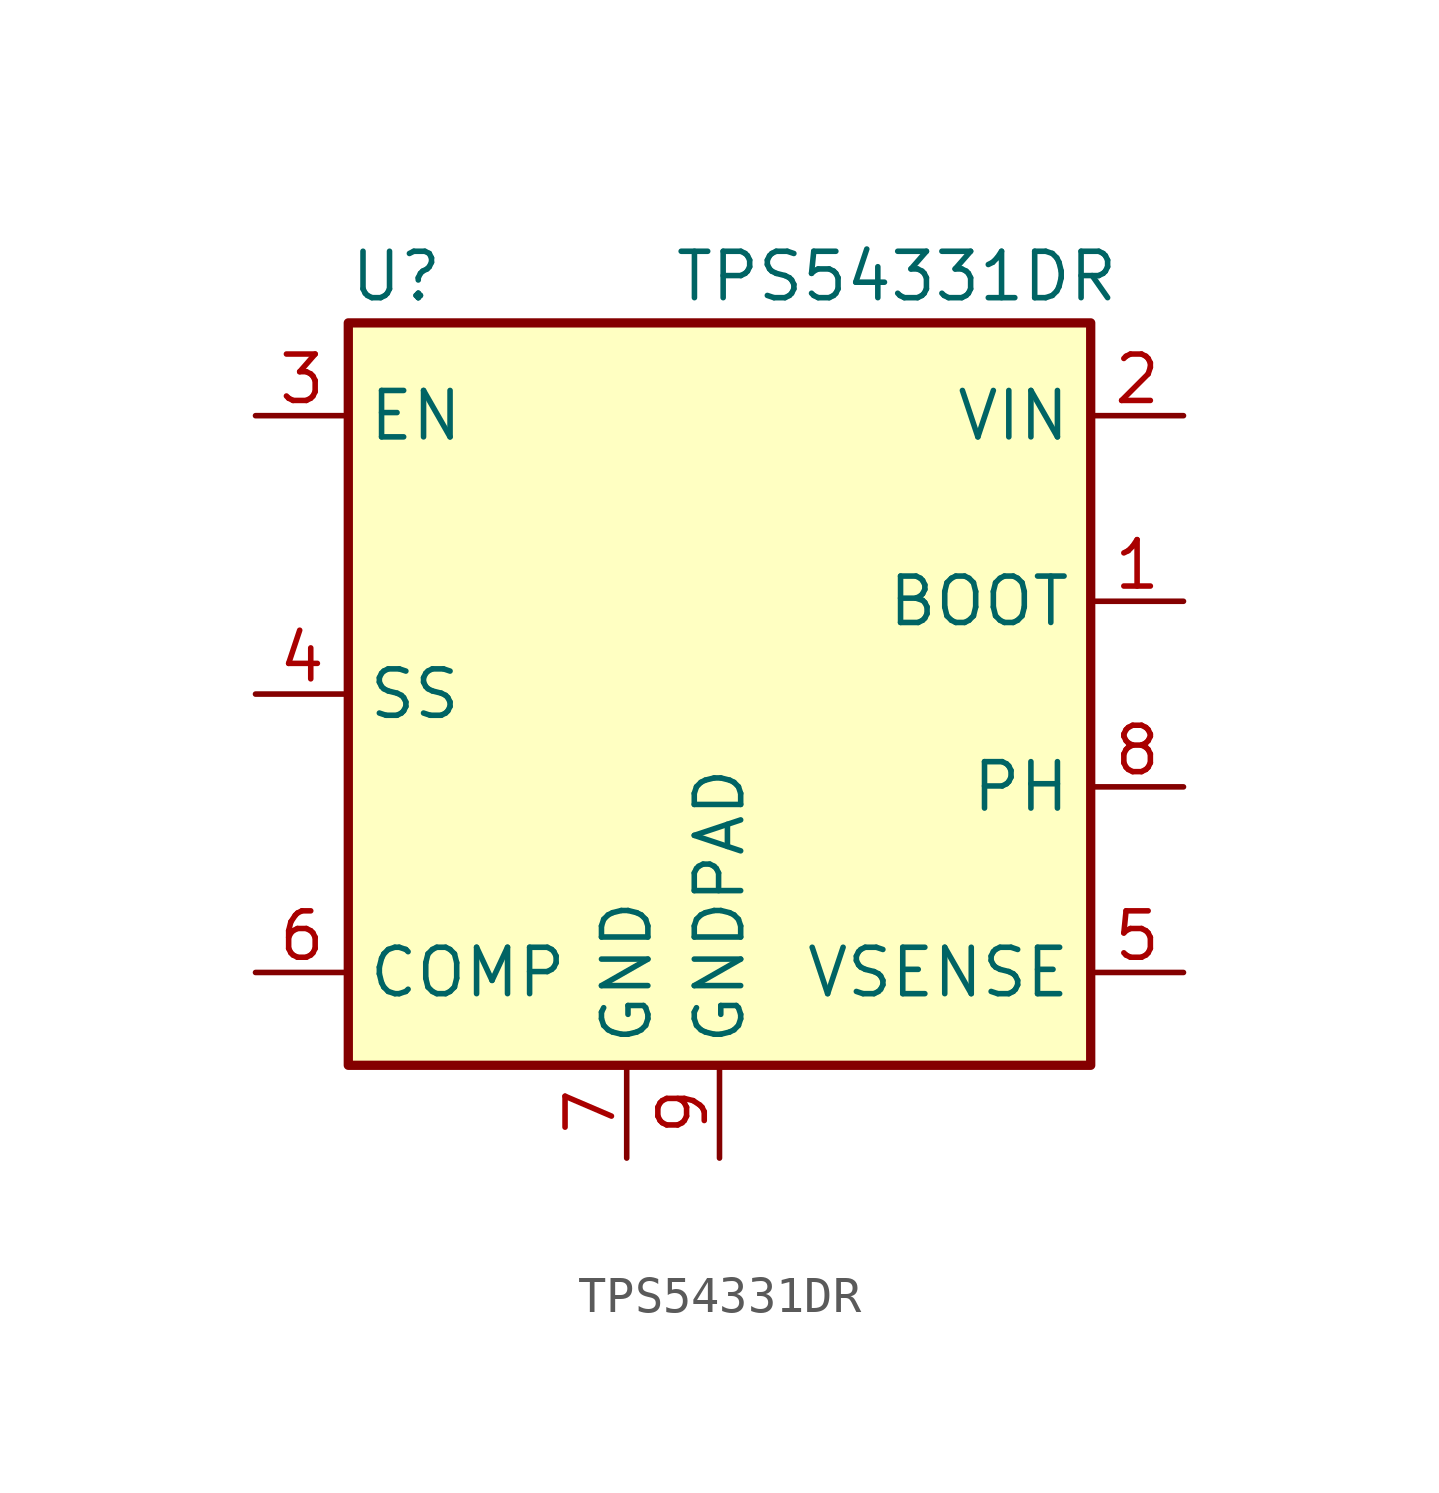
<source format=kicad_sym>
(kicad_symbol_lib
  (version 20211014)
  (generator kicad_symbol_editor)
  (symbol "TPS54331DR"
    (property "Reference" "U"
      (at -10.16 13.97 0)
      (effects (font (size 1.27 1.27)) (justify left)))
    (property "Value" "TPS54331DR"
      (at -1.27 13.97 0)
      (effects (font (size 1.27 1.27)) (justify left)))
    (symbol "TPS54331DR_0_1"
      (rectangle (start -10.16 12.7) (end 10.16 -7.62) (stroke (width 0.254) (type default) (color 0 0 0 0)) (fill (type background))))
    (symbol "TPS54331DR_1_1"
      (pin input line (at 12.7 5.08 180) (length 2.54) (name "BOOT" (effects (font (size 1.27 1.27)))) (number "1" (effects (font (size 1.27 1.27)))))
      (pin power_in line (at 12.7 10.16 180) (length 2.54) (name "VIN" (effects (font (size 1.27 1.27)))) (number "2" (effects (font (size 1.27 1.27)))))
      (pin input line (at -12.7 10.16 0) (length 2.54) (name "EN" (effects (font (size 1.27 1.27)))) (number "3" (effects (font (size 1.27 1.27)))))
      (pin input line (at -12.7 2.54 0) (length 2.54) (name "SS" (effects (font (size 1.27 1.27)))) (number "4" (effects (font (size 1.27 1.27)))))
      (pin input line (at 12.7 -5.08 180) (length 2.54) (name "VSENSE" (effects (font (size 1.27 1.27)))) (number "5" (effects (font (size 1.27 1.27)))))
      (pin input line (at -12.7 -5.08 0) (length 2.54) (name "COMP" (effects (font (size 1.27 1.27)))) (number "6" (effects (font (size 1.27 1.27)))))
      (pin power_in line (at -2.54 -10.16 90) (length 2.54) (name "GND" (effects (font (size 1.27 1.27)))) (number "7" (effects (font (size 1.27 1.27)))))
      (pin output line (at 12.7 0 180) (length 2.54) (name "PH" (effects (font (size 1.27 1.27)))) (number "8" (effects (font (size 1.27 1.27)))))
      (pin power_in line (at 0 -10.16 90) (length 2.54) (name "GNDPAD" (effects (font (size 1.27 1.27)))) (number "9" (effects (font (size 1.27 1.27))))))))
</source>
